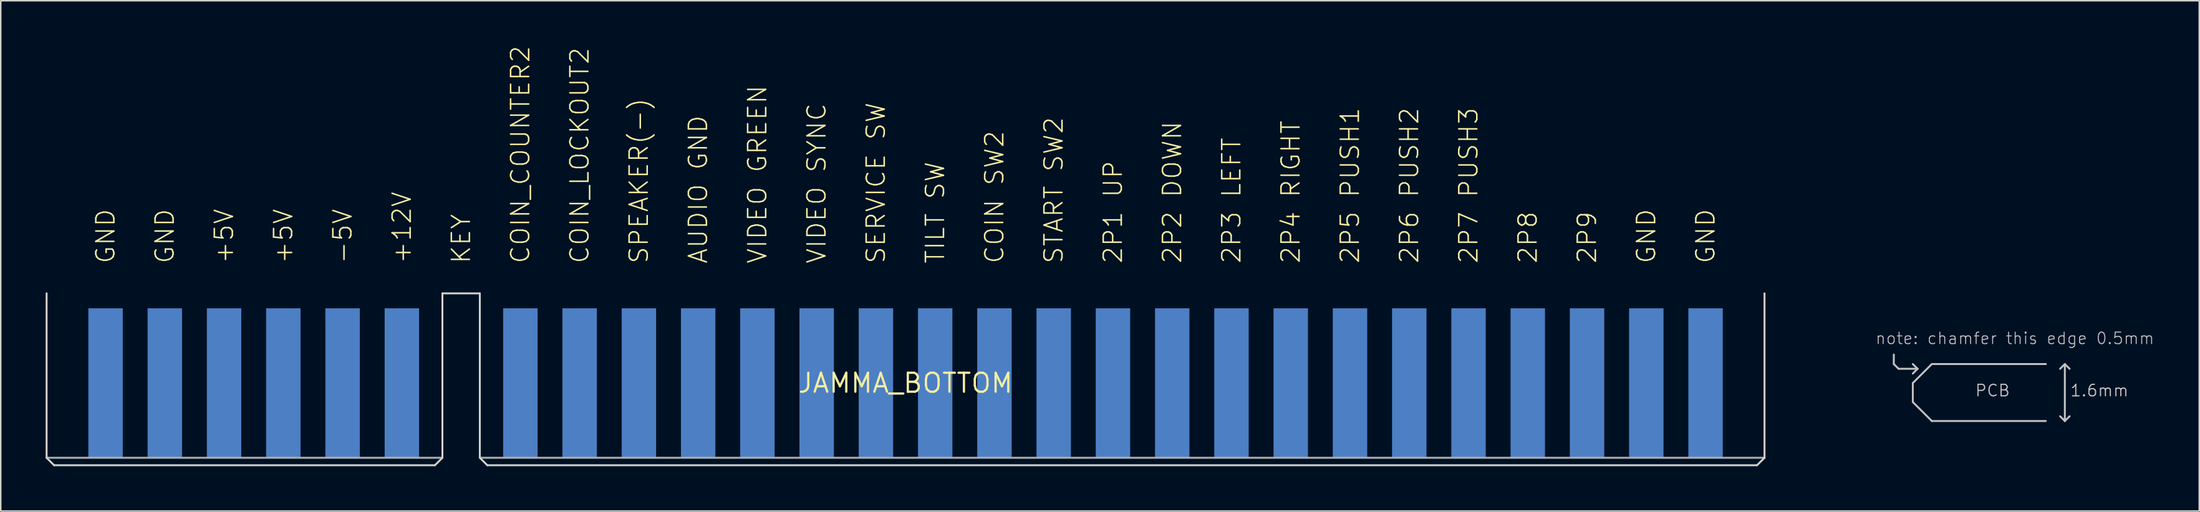
<source format=kicad_pcb>
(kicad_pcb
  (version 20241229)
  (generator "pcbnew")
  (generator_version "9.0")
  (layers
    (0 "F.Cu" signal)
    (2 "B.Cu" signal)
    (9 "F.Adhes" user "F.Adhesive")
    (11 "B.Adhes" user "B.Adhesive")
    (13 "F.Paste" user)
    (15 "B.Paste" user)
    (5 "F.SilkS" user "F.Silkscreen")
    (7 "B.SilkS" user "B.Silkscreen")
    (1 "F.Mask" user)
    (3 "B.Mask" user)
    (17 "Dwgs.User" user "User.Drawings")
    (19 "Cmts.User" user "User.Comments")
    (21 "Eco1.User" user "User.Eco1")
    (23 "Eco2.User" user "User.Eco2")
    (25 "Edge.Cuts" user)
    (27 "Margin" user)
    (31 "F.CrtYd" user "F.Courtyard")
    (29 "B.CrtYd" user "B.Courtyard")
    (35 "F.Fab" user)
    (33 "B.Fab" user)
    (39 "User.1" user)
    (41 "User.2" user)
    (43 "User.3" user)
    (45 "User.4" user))
  (footprint "JAMMA_BOTTOM"
    (layer "F.Cu")
    (at 57.464 22.576)
    (property "Reference" "JAMMA_BOTTOM" (at 0 0 0) (layer "F.SilkS") (effects (font (size 1.27 1.27) (thickness 0.15))))
    (attr through_hole)
    (fp_line (start 66.04 -1.27) (end 66.04 -1.905) (stroke (width 0.127) (type solid)) (layer "Dwgs.User"))
    (fp_line (start 66.04 -1.27) (end 66.358 -0.953) (stroke (width 0.127) (type solid)) (layer "Dwgs.User"))
    (fp_line (start 66.358 -0.953) (end 67.627 -0.953) (stroke (width 0.127) (type solid)) (layer "Dwgs.User"))
    (fp_line (start 67.31 0) (end 67.31 1.27) (stroke (width 0.127) (type solid)) (layer "Dwgs.User"))
    (fp_line (start 67.31 0) (end 68.58 -1.27) (stroke (width 0.127) (type solid)) (layer "Dwgs.User"))
    (fp_line (start 67.31 1.27) (end 68.58 2.54) (stroke (width 0.127) (type solid)) (layer "Dwgs.User"))
    (fp_line (start 67.627 -0.953) (end 67.31 -1.27) (stroke (width 0.127) (type solid)) (layer "Dwgs.User"))
    (fp_line (start 67.627 -0.953) (end 67.31 -0.635) (stroke (width 0.127) (type solid)) (layer "Dwgs.User"))
    (fp_line (start 68.58 -1.27) (end 76.2 -1.27) (stroke (width 0.127) (type solid)) (layer "Dwgs.User"))
    (fp_line (start 68.58 2.54) (end 76.2 2.54) (stroke (width 0.127) (type solid)) (layer "Dwgs.User"))
    (fp_line (start 77.47 -1.27) (end 77.153 -0.953) (stroke (width 0.127) (type solid)) (layer "Dwgs.User"))
    (fp_line (start 77.47 -1.27) (end 77.47 2.54) (stroke (width 0.127) (type solid)) (layer "Dwgs.User"))
    (fp_line (start 77.47 -1.27) (end 77.787 -0.953) (stroke (width 0.127) (type solid)) (layer "Dwgs.User"))
    (fp_line (start 77.47 2.54) (end 77.153 2.223) (stroke (width 0.127) (type solid)) (layer "Dwgs.User"))
    (fp_line (start 77.47 2.54) (end 77.787 2.223) (stroke (width 0.127) (type solid)) (layer "Dwgs.User"))
    (fp_line (start -57.4 -6) (end -57.4 5) (stroke (width 0.127) (type solid)) (layer "Edge.Cuts"))
    (fp_line (start -57.4 5) (end -56.9 5.5) (stroke (width 0.127) (type solid)) (layer "Edge.Cuts"))
    (fp_line (start -56.9 5.5) (end -31.45 5.5) (stroke (width 0.127) (type solid)) (layer "Edge.Cuts"))
    (fp_line (start -31.45 5.5) (end -30.95 5) (stroke (width 0.127) (type solid)) (layer "Edge.Cuts"))
    (fp_line (start -30.95 -6) (end -28.45 -6) (stroke (width 0.127) (type solid)) (layer "Edge.Cuts"))
    (fp_line (start -30.95 5) (end -30.95 -6) (stroke (width 0.127) (type solid)) (layer "Edge.Cuts"))
    (fp_line (start -28.45 5) (end -28.45 -6) (stroke (width 0.127) (type solid)) (layer "Edge.Cuts"))
    (fp_line (start -28.45 5) (end -27.95 5.5) (stroke (width 0.127) (type solid)) (layer "Edge.Cuts"))
    (fp_line (start -27.95 5.5) (end 56.9 5.5) (stroke (width 0.127) (type solid)) (layer "Edge.Cuts"))
    (fp_line (start 56.9 5.5) (end 57.4 5) (stroke (width 0.127) (type solid)) (layer "Edge.Cuts"))
    (fp_line (start 57.4 -6) (end 57.4 5) (stroke (width 0.127) (type solid)) (layer "Edge.Cuts"))
    (fp_line (start -57.4 5) (end -31 5) (stroke (width 0.127) (type solid)) (layer "F.Fab"))
    (fp_line (start -28.4 5) (end 57.4 5) (stroke (width 0.127) (type solid)) (layer "F.Fab"))
    (fp_text user "SERVICE SW" (at -1.98 -7.92 90) (layer "F.SilkS") (effects (font (size 1.206 1.206) (thickness 0.102)) (justify left)))
    (fp_text user "VIDEO GREEN" (at -9.9 -7.92 90) (layer "F.SilkS") (effects (font (size 1.206 1.206) (thickness 0.102)) (justify left)))
    (fp_text user "SPEAKER(-)" (at -17.82 -7.92 90) (layer "F.SilkS") (effects (font (size 1.206 1.206) (thickness 0.102)) (justify left)))
    (fp_text user "2P9" (at 45.54 -7.92 90) (layer "F.SilkS") (effects (font (size 1.206 1.206) (thickness 0.102)) (justify left)))
    (fp_text user "COIN SW2" (at 5.94 -7.92 90) (layer "F.SilkS") (effects (font (size 1.206 1.206) (thickness 0.102)) (justify left)))
    (fp_text user "TILT SW" (at 1.98 -7.92 90) (layer "F.SilkS") (effects (font (size 1.206 1.206) (thickness 0.102)) (justify left)))
    (fp_text user "2P1 UP" (at 13.86 -7.92 90) (layer "F.SilkS") (effects (font (size 1.206 1.206) (thickness 0.102)) (justify left)))
    (fp_text user "GND" (at -53.46 -7.92 90) (layer "F.SilkS") (effects (font (size 1.206 1.206) (thickness 0.102)) (justify left)))
    (fp_text user "KEY" (at -29.7 -7.92 90) (layer "F.SilkS") (effects (font (size 1.206 1.206) (thickness 0.102)) (justify left)))
    (fp_text user "COIN_COUNTER2" (at -25.74 -7.92 90) (layer "F.SilkS") (effects (font (size 1.206 1.206) (thickness 0.102)) (justify left)))
    (fp_text user "AUDIO GND" (at -13.86 -7.92 90) (layer "F.SilkS") (effects (font (size 1.206 1.206) (thickness 0.102)) (justify left)))
    (fp_text user "2P5 PUSH1" (at 29.7 -7.92 90) (layer "F.SilkS") (effects (font (size 1.206 1.206) (thickness 0.102)) (justify left)))
    (fp_text user "2P2 DOWN" (at 17.82 -7.92 90) (layer "F.SilkS") (effects (font (size 1.206 1.206) (thickness 0.102)) (justify left)))
    (fp_text user "2P7 PUSH3" (at 37.62 -7.92 90) (layer "F.SilkS") (effects (font (size 1.206 1.206) (thickness 0.102)) (justify left)))
    (fp_text user "-5V" (at -37.62 -7.92 90) (layer "F.SilkS") (effects (font (size 1.206 1.206) (thickness 0.102)) (justify left)))
    (fp_text user "GND" (at 53.46 -7.92 90) (layer "F.SilkS") (effects (font (size 1.206 1.206) (thickness 0.102)) (justify left)))
    (fp_text user "2P3 LEFT" (at 21.78 -7.92 90) (layer "F.SilkS") (effects (font (size 1.206 1.206) (thickness 0.102)) (justify left)))
    (fp_text user "GND" (at 49.5 -7.92 90) (layer "F.SilkS") (effects (font (size 1.206 1.206) (thickness 0.102)) (justify left)))
    (fp_text user "+5V" (at -45.54 -7.92 90) (layer "F.SilkS") (effects (font (size 1.206 1.206) (thickness 0.102)) (justify left)))
    (fp_text user "+5V" (at -41.58 -7.92 90) (layer "F.SilkS") (effects (font (size 1.206 1.206) (thickness 0.102)) (justify left)))
    (fp_text user "2P8" (at 41.58 -7.92 90) (layer "F.SilkS") (effects (font (size 1.206 1.206) (thickness 0.102)) (justify left)))
    (fp_text user "COIN_LOCKOUT2" (at -21.78 -7.92 90) (layer "F.SilkS") (effects (font (size 1.206 1.206) (thickness 0.102)) (justify left)))
    (fp_text user "+12V" (at -33.66 -7.92 90) (layer "F.SilkS") (effects (font (size 1.206 1.206) (thickness 0.102)) (justify left)))
    (fp_text user "GND" (at -49.5 -7.92 90) (layer "F.SilkS") (effects (font (size 1.206 1.206) (thickness 0.102)) (justify left)))
    (fp_text user "START SW2" (at 9.9 -7.92 90) (layer "F.SilkS") (effects (font (size 1.206 1.206) (thickness 0.102)) (justify left)))
    (fp_text user "2P6 PUSH2" (at 33.66 -7.92 90) (layer "F.SilkS") (effects (font (size 1.206 1.206) (thickness 0.102)) (justify left)))
    (fp_text user "2P4 RIGHT" (at 25.74 -7.92 90) (layer "F.SilkS") (effects (font (size 1.206 1.206) (thickness 0.102)) (justify left)))
    (fp_text user "VIDEO SYNC" (at -5.94 -7.92 90) (layer "F.SilkS") (effects (font (size 1.206 1.206) (thickness 0.102)) (justify left)))
    (fp_text user "note: chamfer this edge 0.5mm" (at 64.77 -2.54 0) (layer "Dwgs.User") (effects (font (size 0.772 0.772) (thickness 0.065)) (justify left bottom)))
    (fp_text user "PCB" (at 71.438 0.953 0) (layer "Dwgs.User") (effects (font (size 0.772 0.772) (thickness 0.065)) (justify left bottom)))
    (fp_text user "1.6mm" (at 77.787 0.953 0) (layer "Dwgs.User") (effects (font (size 0.772 0.772) (thickness 0.065)) (justify left bottom)))
    (fp_text user "PCB" (at 71.438 0.953 0) (layer "F.Fab") (effects (font (size 0.772 0.772) (thickness 0.065)) (justify left bottom)))
    (fp_text user "1.6mm" (at 77.787 0.953 0) (layer "F.Fab") (effects (font (size 0.772 0.772) (thickness 0.065)) (justify left bottom)))
    (pad "A" smd rect (at -53.46 0) (size 2.3 10) (layers "B.Cu" "B.Mask" "B.Paste"))
    (pad "B" smd rect (at -49.5 0) (size 2.3 10) (layers "B.Cu" "B.Mask" "B.Paste"))
    (pad "C" smd rect (at -45.54 0) (size 2.3 10) (layers "B.Cu" "B.Mask" "B.Paste"))
    (pad "D" smd rect (at -41.58 0) (size 2.3 10) (layers "B.Cu" "B.Mask" "B.Paste"))
    (pad "E" smd rect (at -37.62 0) (size 2.3 10) (layers "B.Cu" "B.Mask" "B.Paste"))
    (pad "F" smd rect (at -33.66 0) (size 2.3 10) (layers "B.Cu" "B.Mask" "B.Paste"))
    (pad "J" smd rect (at -25.74 0) (size 2.3 10) (layers "B.Cu" "B.Mask" "B.Paste"))
    (pad "K" smd rect (at -21.78 0) (size 2.3 10) (layers "B.Cu" "B.Mask" "B.Paste"))
    (pad "L" smd rect (at -17.82 0) (size 2.3 10) (layers "B.Cu" "B.Mask" "B.Paste"))
    (pad "M" smd rect (at -13.86 0) (size 2.3 10) (layers "B.Cu" "B.Mask" "B.Paste"))
    (pad "N" smd rect (at -9.9 0) (size 2.3 10) (layers "B.Cu" "B.Mask" "B.Paste"))
    (pad "P" smd rect (at -5.94 0) (size 2.3 10) (layers "B.Cu" "B.Mask" "B.Paste"))
    (pad "R" smd rect (at -1.98 0) (size 2.3 10) (layers "B.Cu" "B.Mask" "B.Paste"))
    (pad "S" smd rect (at 1.98 0) (size 2.3 10) (layers "B.Cu" "B.Mask" "B.Paste"))
    (pad "T" smd rect (at 5.94 0) (size 2.3 10) (layers "B.Cu" "B.Mask" "B.Paste"))
    (pad "U" smd rect (at 9.9 0) (size 2.3 10) (layers "B.Cu" "B.Mask" "B.Paste"))
    (pad "V" smd rect (at 13.86 0) (size 2.3 10) (layers "B.Cu" "B.Mask" "B.Paste"))
    (pad "W" smd rect (at 17.82 0) (size 2.3 10) (layers "B.Cu" "B.Mask" "B.Paste"))
    (pad "X" smd rect (at 21.78 0) (size 2.3 10) (layers "B.Cu" "B.Mask" "B.Paste"))
    (pad "Y" smd rect (at 25.74 0) (size 2.3 10) (layers "B.Cu" "B.Mask" "B.Paste"))
    (pad "Z" smd rect (at 29.7 0) (size 2.3 10) (layers "B.Cu" "B.Mask" "B.Paste"))
    (pad "_A" smd rect (at 33.66 0) (size 2.3 10) (layers "B.Cu" "B.Mask" "B.Paste"))
    (pad "_B" smd rect (at 37.62 0) (size 2.3 10) (layers "B.Cu" "B.Mask" "B.Paste"))
    (pad "_C" smd rect (at 41.58 0) (size 2.3 10) (layers "B.Cu" "B.Mask" "B.Paste"))
    (pad "_D" smd rect (at 45.54 0) (size 2.3 10) (layers "B.Cu" "B.Mask" "B.Paste"))
    (pad "_E" smd rect (at 49.5 0) (size 2.3 10) (layers "B.Cu" "B.Mask" "B.Paste"))
    (pad "_F" smd rect (at 53.46 0) (size 2.3 10) (layers "B.Cu" "B.Mask" "B.Paste")))
  (gr_rect
    (start -3 -3)
    (end 143.916 31.14)
    (stroke (width 0.1) (type default))
    (fill no)
    (layer "Edge.Cuts")))
</source>
